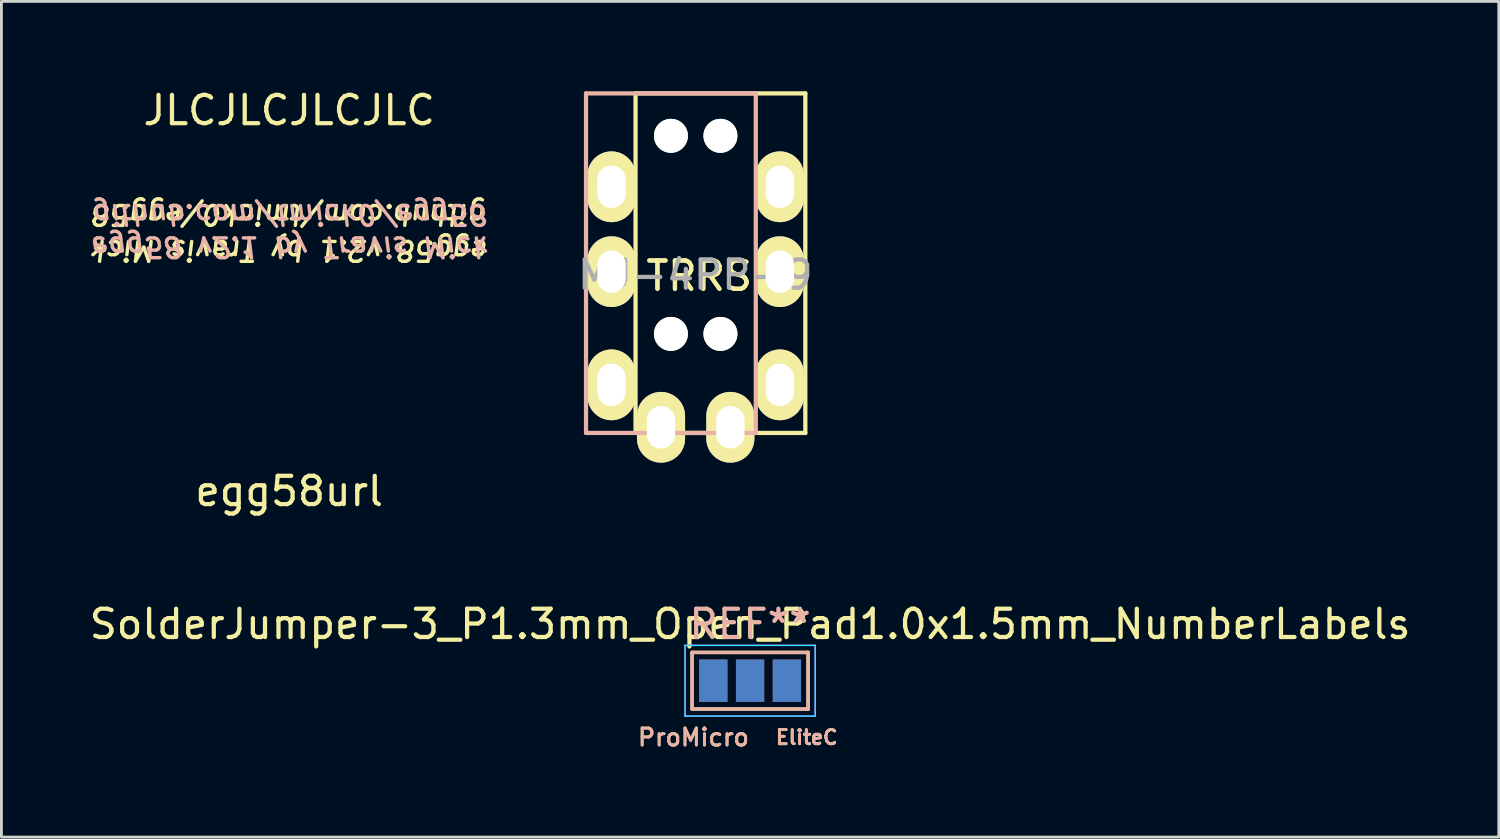
<source format=kicad_pcb>
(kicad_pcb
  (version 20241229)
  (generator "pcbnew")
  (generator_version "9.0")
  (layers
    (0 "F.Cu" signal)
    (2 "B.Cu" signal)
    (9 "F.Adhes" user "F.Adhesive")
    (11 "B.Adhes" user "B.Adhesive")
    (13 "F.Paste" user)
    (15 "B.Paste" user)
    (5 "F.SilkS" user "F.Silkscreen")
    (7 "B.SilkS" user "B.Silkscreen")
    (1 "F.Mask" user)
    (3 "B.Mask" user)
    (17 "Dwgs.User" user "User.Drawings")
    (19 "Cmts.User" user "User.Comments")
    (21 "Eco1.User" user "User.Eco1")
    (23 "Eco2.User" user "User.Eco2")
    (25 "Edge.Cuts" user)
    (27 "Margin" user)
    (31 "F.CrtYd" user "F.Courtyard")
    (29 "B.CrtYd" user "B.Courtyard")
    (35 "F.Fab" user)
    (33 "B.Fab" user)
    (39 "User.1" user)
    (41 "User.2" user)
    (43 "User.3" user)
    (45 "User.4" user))
  (footprint "SolderJumper-3_P1.3mm_Open_Pad1.0x1.5mm_NumberLabels"
    (layer "F.Cu")
    (at 23.458 21.007)
    (property "Reference" "SolderJumper-3_P1.3mm_Open_Pad1.0x1.5mm_NumberLabels" (at 0 -2 0) (layer "F.SilkS") (effects (font (size 1 1) (thickness 0.15))))
    (attr exclude_from_pos_files exclude_from_bom)
    (fp_line (start -2.05 -1) (end 2.05 -1) (stroke (width 0.12) (type solid)) (layer "F.SilkS"))
    (fp_line (start -2.05 1) (end -2.05 -1) (stroke (width 0.12) (type solid)) (layer "F.SilkS"))
    (fp_line (start 2.05 -1) (end 2.05 1) (stroke (width 0.12) (type solid)) (layer "F.SilkS"))
    (fp_line (start 2.05 1) (end -2.05 1) (stroke (width 0.12) (type solid)) (layer "F.SilkS"))
    (fp_line (start -2.05 -1) (end 2.05 -1) (stroke (width 0.12) (type solid)) (layer "B.SilkS"))
    (fp_line (start -2.05 1) (end -2.05 -1) (stroke (width 0.12) (type solid)) (layer "B.SilkS"))
    (fp_line (start 2.05 -1) (end 2.05 1) (stroke (width 0.12) (type solid)) (layer "B.SilkS"))
    (fp_line (start 2.05 1) (end -2.05 1) (stroke (width 0.12) (type solid)) (layer "B.SilkS"))
    (fp_line (start -2.3 -1.25) (end -2.3 1.25) (stroke (width 0.05) (type solid)) (layer "B.CrtYd"))
    (fp_line (start -2.3 -1.25) (end 2.3 -1.25) (stroke (width 0.05) (type solid)) (layer "B.CrtYd"))
    (fp_line (start 2.3 1.25) (end -2.3 1.25) (stroke (width 0.05) (type solid)) (layer "B.CrtYd"))
    (fp_line (start 2.3 1.25) (end 2.3 -1.25) (stroke (width 0.05) (type solid)) (layer "B.CrtYd"))
    (fp_line (start -2.3 -1.25) (end -2.3 1.25) (stroke (width 0.05) (type solid)) (layer "F.CrtYd"))
    (fp_line (start -2.3 -1.25) (end 2.3 -1.25) (stroke (width 0.05) (type solid)) (layer "F.CrtYd"))
    (fp_line (start 2.3 1.25) (end -2.3 1.25) (stroke (width 0.05) (type solid)) (layer "F.CrtYd"))
    (fp_line (start 2.3 1.25) (end 2.3 -1.25) (stroke (width 0.05) (type solid)) (layer "F.CrtYd"))
    (fp_text user "EliteC" (at 2 2 0) (layer "F.SilkS") (effects (font (size 0.5 0.5) (thickness 0.1))))
    (fp_text user "ProMicro" (at -2 2 0) (layer "F.SilkS") (effects (font (size 0.6 0.6) (thickness 0.1))))
    (fp_text user "ProMicro" (at -2 2 0) (layer "B.SilkS") (effects (font (size 0.6 0.6) (thickness 0.1))))
    (fp_text user "REF**" (at 0 -2 0) (layer "B.SilkS") (effects (font (size 1 1) (thickness 0.15))))
    (fp_text user "EliteC" (at 2 2 0) (layer "B.SilkS") (effects (font (size 0.5 0.5) (thickness 0.1))))
    (pad "1" smd rect (at -1.3 0) (size 1 1.5) (layers "F.Cu" "F.Mask"))
    (pad "1" smd rect (at -1.3 0) (size 1 1.5) (layers "B.Cu" "B.Mask"))
    (pad "2" smd rect (at 0 0) (size 1 1.5) (layers "F.Cu" "F.Mask"))
    (pad "2" smd rect (at 0 0) (size 1 1.5) (layers "B.Cu" "B.Mask"))
    (pad "3" smd rect (at 1.3 0) (size 1 1.5) (layers "F.Cu" "F.Mask"))
    (pad "3" smd rect (at 1.3 0) (size 1 1.5) (layers "B.Cu" "B.Mask")))
  (footprint "MJ-4PP-9"
    (layer "F.Cu")
    (at 22.41 0.25)
    (property "Reference" "MJ-4PP-9" (at -0.889 6.413 0) (layer "F.Fab") (effects (font (size 1 1) (thickness 0.15))))
    (attr through_hole)
    (fp_line (start -3 0) (end 3 0) (stroke (width 0.15) (type solid)) (layer "F.SilkS"))
    (fp_line (start -3 12) (end -3 0) (stroke (width 0.15) (type solid)) (layer "F.SilkS"))
    (fp_line (start 3 0) (end 3 12) (stroke (width 0.15) (type solid)) (layer "F.SilkS"))
    (fp_line (start 3 12) (end -3 12) (stroke (width 0.15) (type solid)) (layer "F.SilkS"))
    (fp_line (start -4.75 0) (end 1.25 0) (stroke (width 0.15) (type solid)) (layer "B.SilkS"))
    (fp_line (start -4.75 12) (end -4.75 0) (stroke (width 0.15) (type solid)) (layer "B.SilkS"))
    (fp_line (start 1.25 0) (end 1.25 12) (stroke (width 0.15) (type solid)) (layer "B.SilkS"))
    (fp_line (start 1.25 12) (end -4.75 12) (stroke (width 0.15) (type solid)) (layer "B.SilkS"))
    (fp_text user "TRRS" (at -0.75 6.45 0) (layer "F.SilkS") (effects (font (size 1 1) (thickness 0.15))))
    (fp_text user "TRRS" (at -0.75 6.45 0) (layer "F.SilkS") (effects (font (size 1 1) (thickness 0.15))))
    (pad "" np_thru_hole circle (at -1.75 1.5) (size 1.2 1.2) (drill 1.2) (layers "*.Cu" "*.Mask" "F.SilkS"))
    (pad "" np_thru_hole circle (at -1.75 8.5) (size 1.2 1.2) (drill 1.2) (layers "*.Cu" "*.Mask" "F.SilkS"))
    (pad "" np_thru_hole circle (at 0 1.5) (size 1.2 1.2) (drill 1.2) (layers "*.Cu" "*.Mask" "F.SilkS"))
    (pad "" np_thru_hole circle (at 0 8.5) (size 1.2 1.2) (drill 1.2) (layers "*.Cu" "*.Mask" "F.SilkS"))
    (pad "1" thru_hole oval (at -3.85 10.3) (size 1.7 2.5) (drill oval 1 1.5) (layers "*.Cu" "*.Mask" "F.SilkS"))
    (pad "1" thru_hole oval (at 2.1 10.3) (size 1.7 2.5) (drill oval 1 1.5) (layers "*.Cu" "*.Mask" "F.SilkS"))
    (pad "2" thru_hole oval (at -3.85 6.3) (size 1.7 2.5) (drill oval 1 1.5) (layers "*.Cu" "*.Mask" "F.SilkS"))
    (pad "2" thru_hole oval (at 2.1 6.3) (size 1.7 2.5) (drill oval 1 1.5) (layers "*.Cu" "*.Mask" "F.SilkS"))
    (pad "3" thru_hole oval (at -3.85 3.3) (size 1.7 2.5) (drill oval 1 1.5) (layers "*.Cu" "*.Mask" "F.SilkS"))
    (pad "3" thru_hole oval (at 2.1 3.3) (size 1.7 2.5) (drill oval 1 1.5) (layers "*.Cu" "*.Mask" "F.SilkS"))
    (pad "4" thru_hole oval (at -2.1 11.8) (size 1.7 2.5) (drill oval 1 1.5) (layers "*.Cu" "*.Mask" "F.SilkS"))
    (pad "4" thru_hole oval (at 0.35 11.8) (size 1.7 2.5) (drill oval 1 1.5) (layers "*.Cu" "*.Mask" "F.SilkS")))
  (footprint "egg58url"
    (layer "F.Cu")
    (at 7.17 5.674)
    (property "Reference" "egg58url" (at 0 8.636 180) (layer "F.SilkS") (effects (font (size 1 1) (thickness 0.15))))
    (attr through_hole)
    (fp_text user "github.com/tmick0/egg58" (at 0 -1.143 180) (unlocked yes) (layer "F.SilkS") (effects (font (size 0.7 0.7) (thickness 0.12) (italic yes))))
    (fp_text user "JLCJLCJLCJLC" (at 0 -4.826 180) (layer "F.SilkS") (effects (font (size 1 1) (thickness 0.15))))
    (fp_text user "egg58 v2.1 by Travis Mick" (at 0 0.127 180) (unlocked yes) (layer "F.SilkS") (effects (font (size 0.7 0.7) (thickness 0.12) (italic yes))))
    (fp_text user "github.com/tmick0/egg58" (at 0 -1.143 180) (unlocked yes) (layer "B.SilkS") (effects (font (size 0.7 0.7) (thickness 0.12) (italic yes)) (justify mirror)))
    (fp_text user "egg58 v2.1 by Travis Mick" (at 0 0 180) (unlocked yes) (layer "B.SilkS") (effects (font (size 0.7 0.7) (thickness 0.12) (italic yes)) (justify mirror))))
  (gr_rect
    (start -3 -3)
    (end 49.917 26.533)
    (stroke (width 0.1) (type default))
    (fill no)
    (layer "Edge.Cuts")))
</source>
